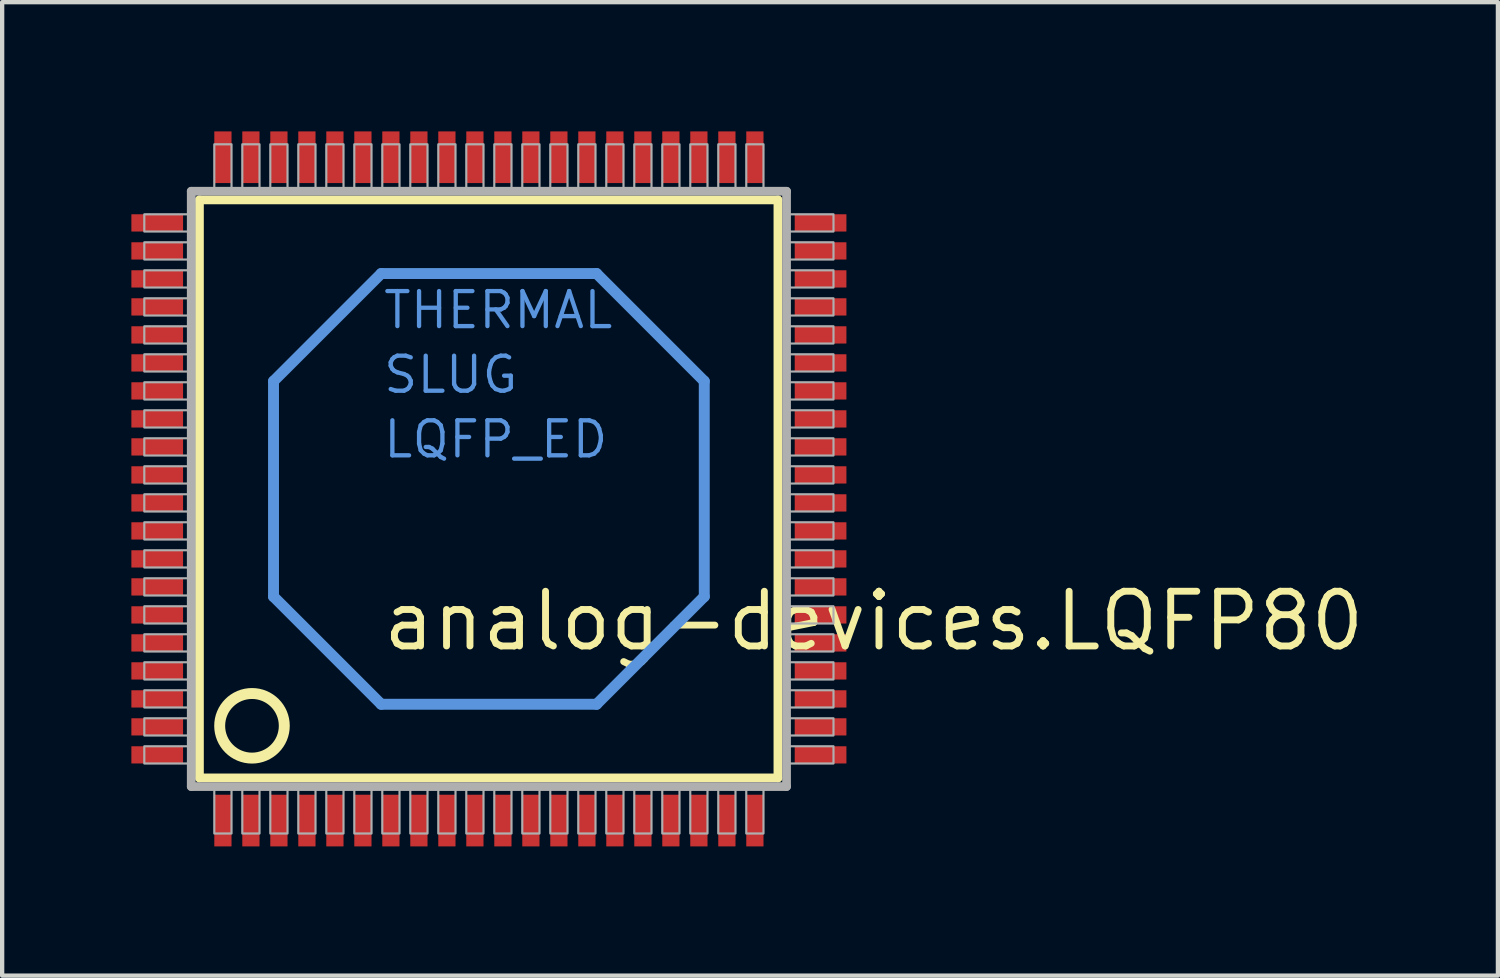
<source format=kicad_pcb>
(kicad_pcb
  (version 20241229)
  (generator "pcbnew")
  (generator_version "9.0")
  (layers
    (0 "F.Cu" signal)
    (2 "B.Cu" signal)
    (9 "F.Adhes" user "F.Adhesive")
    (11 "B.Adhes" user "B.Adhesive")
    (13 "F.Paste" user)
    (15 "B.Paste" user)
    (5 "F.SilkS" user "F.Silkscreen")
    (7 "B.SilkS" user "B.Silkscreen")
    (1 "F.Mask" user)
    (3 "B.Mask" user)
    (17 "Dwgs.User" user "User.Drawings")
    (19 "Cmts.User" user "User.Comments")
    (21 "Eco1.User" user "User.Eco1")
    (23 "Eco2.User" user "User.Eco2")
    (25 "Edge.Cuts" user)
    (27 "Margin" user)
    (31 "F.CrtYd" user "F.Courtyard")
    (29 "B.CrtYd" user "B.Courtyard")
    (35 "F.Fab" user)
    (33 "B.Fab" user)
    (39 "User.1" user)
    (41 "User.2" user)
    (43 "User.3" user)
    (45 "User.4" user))
  (footprint "analog-devices.LQFP80"
    (layer "F.Cu")
    (at 8.3 8.3)
    (property "Reference" "analog-devices.LQFP80" (at -2.54 3.81 0) (layer "F.SilkS") (effects (font (size 1.27 1.27) (thickness 0.16)) (justify left bottom)))
    (attr smd)
    (fp_line (start -6.72 -6.71) (end 6.71 -6.71) (stroke (width 0.203) (type default)) (layer "F.SilkS"))
    (fp_line (start -6.72 6.71) (end -6.72 -6.71) (stroke (width 0.203) (type default)) (layer "F.SilkS"))
    (fp_line (start 6.71 -6.71) (end 6.71 6.71) (stroke (width 0.203) (type default)) (layer "F.SilkS"))
    (fp_line (start 6.71 6.71) (end -6.72 6.71) (stroke (width 0.203) (type default)) (layer "F.SilkS"))
    (fp_circle (center -5.5 5.5) (end -4.75 5.5) (stroke (width 0.254) (type default)) (fill no) (layer "F.SilkS"))
    (fp_line (start -5 -2.5) (end -2.5 -5) (stroke (width 0.254) (type default)) (layer "Cmts.User"))
    (fp_line (start -5 2.5) (end -5 -2.5) (stroke (width 0.254) (type default)) (layer "Cmts.User"))
    (fp_line (start -2.5 -5) (end 2.5 -5) (stroke (width 0.254) (type default)) (layer "Cmts.User"))
    (fp_line (start -2.5 5) (end -5 2.5) (stroke (width 0.254) (type default)) (layer "Cmts.User"))
    (fp_line (start 2.5 -5) (end 5 -2.5) (stroke (width 0.254) (type default)) (layer "Cmts.User"))
    (fp_line (start 2.5 5) (end -2.5 5) (stroke (width 0.254) (type default)) (layer "Cmts.User"))
    (fp_line (start 5 -2.5) (end 5 2.5) (stroke (width 0.254) (type default)) (layer "Cmts.User"))
    (fp_line (start 5 2.5) (end 2.5 5) (stroke (width 0.254) (type default)) (layer "Cmts.User"))
    (fp_line (start -6.91 -6.91) (end -6.91 6.91) (stroke (width 0.203) (type default)) (layer "F.Fab"))
    (fp_line (start -6.91 6.91) (end 6.91 6.91) (stroke (width 0.203) (type default)) (layer "F.Fab"))
    (fp_line (start 6.91 -6.91) (end -6.91 -6.91) (stroke (width 0.203) (type default)) (layer "F.Fab"))
    (fp_line (start 6.91 6.91) (end 6.91 -6.91) (stroke (width 0.203) (type default)) (layer "F.Fab"))
    (fp_rect (start -8 -5.975) (end -6.95 -6.375) (stroke (width 0.05) (type default)) (fill no) (layer "F.Fab"))
    (fp_rect (start -8 -5.325) (end -6.95 -5.725) (stroke (width 0.05) (type default)) (fill no) (layer "F.Fab"))
    (fp_rect (start -8 -4.675) (end -6.95 -5.075) (stroke (width 0.05) (type default)) (fill no) (layer "F.Fab"))
    (fp_rect (start -8 -4.025) (end -6.95 -4.425) (stroke (width 0.05) (type default)) (fill no) (layer "F.Fab"))
    (fp_rect (start -8 -3.375) (end -6.95 -3.775) (stroke (width 0.05) (type default)) (fill no) (layer "F.Fab"))
    (fp_rect (start -8 -2.725) (end -6.95 -3.125) (stroke (width 0.05) (type default)) (fill no) (layer "F.Fab"))
    (fp_rect (start -8 -2.075) (end -6.95 -2.475) (stroke (width 0.05) (type default)) (fill no) (layer "F.Fab"))
    (fp_rect (start -8 -1.425) (end -6.95 -1.825) (stroke (width 0.05) (type default)) (fill no) (layer "F.Fab"))
    (fp_rect (start -8 -0.775) (end -6.95 -1.175) (stroke (width 0.05) (type default)) (fill no) (layer "F.Fab"))
    (fp_rect (start -8 -0.125) (end -6.95 -0.525) (stroke (width 0.05) (type default)) (fill no) (layer "F.Fab"))
    (fp_rect (start -8 0.525) (end -6.95 0.125) (stroke (width 0.05) (type default)) (fill no) (layer "F.Fab"))
    (fp_rect (start -8 1.175) (end -6.95 0.775) (stroke (width 0.05) (type default)) (fill no) (layer "F.Fab"))
    (fp_rect (start -8 1.825) (end -6.95 1.425) (stroke (width 0.05) (type default)) (fill no) (layer "F.Fab"))
    (fp_rect (start -8 2.475) (end -6.95 2.075) (stroke (width 0.05) (type default)) (fill no) (layer "F.Fab"))
    (fp_rect (start -8 3.125) (end -6.95 2.725) (stroke (width 0.05) (type default)) (fill no) (layer "F.Fab"))
    (fp_rect (start -8 3.775) (end -6.95 3.375) (stroke (width 0.05) (type default)) (fill no) (layer "F.Fab"))
    (fp_rect (start -8 4.425) (end -6.95 4.025) (stroke (width 0.05) (type default)) (fill no) (layer "F.Fab"))
    (fp_rect (start -8 5.075) (end -6.95 4.675) (stroke (width 0.05) (type default)) (fill no) (layer "F.Fab"))
    (fp_rect (start -8 5.725) (end -6.95 5.325) (stroke (width 0.05) (type default)) (fill no) (layer "F.Fab"))
    (fp_rect (start -8 6.375) (end -6.95 5.975) (stroke (width 0.05) (type default)) (fill no) (layer "F.Fab"))
    (fp_rect (start -6.375 -6.95) (end -5.975 -8) (stroke (width 0.05) (type default)) (fill no) (layer "F.Fab"))
    (fp_rect (start -6.375 8) (end -5.975 6.95) (stroke (width 0.05) (type default)) (fill no) (layer "F.Fab"))
    (fp_rect (start -5.725 -6.95) (end -5.325 -8) (stroke (width 0.05) (type default)) (fill no) (layer "F.Fab"))
    (fp_rect (start -5.725 8) (end -5.325 6.95) (stroke (width 0.05) (type default)) (fill no) (layer "F.Fab"))
    (fp_rect (start -5.075 -6.95) (end -4.675 -8) (stroke (width 0.05) (type default)) (fill no) (layer "F.Fab"))
    (fp_rect (start -5.075 8) (end -4.675 6.95) (stroke (width 0.05) (type default)) (fill no) (layer "F.Fab"))
    (fp_rect (start -4.425 -6.95) (end -4.025 -8) (stroke (width 0.05) (type default)) (fill no) (layer "F.Fab"))
    (fp_rect (start -4.425 8) (end -4.025 6.95) (stroke (width 0.05) (type default)) (fill no) (layer "F.Fab"))
    (fp_rect (start -3.775 -6.95) (end -3.375 -8) (stroke (width 0.05) (type default)) (fill no) (layer "F.Fab"))
    (fp_rect (start -3.775 8) (end -3.375 6.95) (stroke (width 0.05) (type default)) (fill no) (layer "F.Fab"))
    (fp_rect (start -3.125 -6.95) (end -2.725 -8) (stroke (width 0.05) (type default)) (fill no) (layer "F.Fab"))
    (fp_rect (start -3.125 8) (end -2.725 6.95) (stroke (width 0.05) (type default)) (fill no) (layer "F.Fab"))
    (fp_rect (start -2.475 -6.95) (end -2.075 -8) (stroke (width 0.05) (type default)) (fill no) (layer "F.Fab"))
    (fp_rect (start -2.475 8) (end -2.075 6.95) (stroke (width 0.05) (type default)) (fill no) (layer "F.Fab"))
    (fp_rect (start -1.825 -6.95) (end -1.425 -8) (stroke (width 0.05) (type default)) (fill no) (layer "F.Fab"))
    (fp_rect (start -1.825 8) (end -1.425 6.95) (stroke (width 0.05) (type default)) (fill no) (layer "F.Fab"))
    (fp_rect (start -1.175 -6.95) (end -0.775 -8) (stroke (width 0.05) (type default)) (fill no) (layer "F.Fab"))
    (fp_rect (start -1.175 8) (end -0.775 6.95) (stroke (width 0.05) (type default)) (fill no) (layer "F.Fab"))
    (fp_rect (start -0.525 -6.95) (end -0.125 -8) (stroke (width 0.05) (type default)) (fill no) (layer "F.Fab"))
    (fp_rect (start -0.525 8) (end -0.125 6.95) (stroke (width 0.05) (type default)) (fill no) (layer "F.Fab"))
    (fp_rect (start 0.125 -6.95) (end 0.525 -8) (stroke (width 0.05) (type default)) (fill no) (layer "F.Fab"))
    (fp_rect (start 0.125 8) (end 0.525 6.95) (stroke (width 0.05) (type default)) (fill no) (layer "F.Fab"))
    (fp_rect (start 0.775 -6.95) (end 1.175 -8) (stroke (width 0.05) (type default)) (fill no) (layer "F.Fab"))
    (fp_rect (start 0.775 8) (end 1.175 6.95) (stroke (width 0.05) (type default)) (fill no) (layer "F.Fab"))
    (fp_rect (start 1.425 -6.95) (end 1.825 -8) (stroke (width 0.05) (type default)) (fill no) (layer "F.Fab"))
    (fp_rect (start 1.425 8) (end 1.825 6.95) (stroke (width 0.05) (type default)) (fill no) (layer "F.Fab"))
    (fp_rect (start 2.075 -6.95) (end 2.475 -8) (stroke (width 0.05) (type default)) (fill no) (layer "F.Fab"))
    (fp_rect (start 2.075 8) (end 2.475 6.95) (stroke (width 0.05) (type default)) (fill no) (layer "F.Fab"))
    (fp_rect (start 2.725 -6.95) (end 3.125 -8) (stroke (width 0.05) (type default)) (fill no) (layer "F.Fab"))
    (fp_rect (start 2.725 8) (end 3.125 6.95) (stroke (width 0.05) (type default)) (fill no) (layer "F.Fab"))
    (fp_rect (start 3.375 -6.95) (end 3.775 -8) (stroke (width 0.05) (type default)) (fill no) (layer "F.Fab"))
    (fp_rect (start 3.375 8) (end 3.775 6.95) (stroke (width 0.05) (type default)) (fill no) (layer "F.Fab"))
    (fp_rect (start 4.025 -6.95) (end 4.425 -8) (stroke (width 0.05) (type default)) (fill no) (layer "F.Fab"))
    (fp_rect (start 4.025 8) (end 4.425 6.95) (stroke (width 0.05) (type default)) (fill no) (layer "F.Fab"))
    (fp_rect (start 4.675 -6.95) (end 5.075 -8) (stroke (width 0.05) (type default)) (fill no) (layer "F.Fab"))
    (fp_rect (start 4.675 8) (end 5.075 6.95) (stroke (width 0.05) (type default)) (fill no) (layer "F.Fab"))
    (fp_rect (start 5.325 -6.95) (end 5.725 -8) (stroke (width 0.05) (type default)) (fill no) (layer "F.Fab"))
    (fp_rect (start 5.325 8) (end 5.725 6.95) (stroke (width 0.05) (type default)) (fill no) (layer "F.Fab"))
    (fp_rect (start 5.975 -6.95) (end 6.375 -8) (stroke (width 0.05) (type default)) (fill no) (layer "F.Fab"))
    (fp_rect (start 5.975 8) (end 6.375 6.95) (stroke (width 0.05) (type default)) (fill no) (layer "F.Fab"))
    (fp_rect (start 6.95 -5.975) (end 8 -6.375) (stroke (width 0.05) (type default)) (fill no) (layer "F.Fab"))
    (fp_rect (start 6.95 -5.325) (end 8 -5.725) (stroke (width 0.05) (type default)) (fill no) (layer "F.Fab"))
    (fp_rect (start 6.95 -4.675) (end 8 -5.075) (stroke (width 0.05) (type default)) (fill no) (layer "F.Fab"))
    (fp_rect (start 6.95 -4.025) (end 8 -4.425) (stroke (width 0.05) (type default)) (fill no) (layer "F.Fab"))
    (fp_rect (start 6.95 -3.375) (end 8 -3.775) (stroke (width 0.05) (type default)) (fill no) (layer "F.Fab"))
    (fp_rect (start 6.95 -2.725) (end 8 -3.125) (stroke (width 0.05) (type default)) (fill no) (layer "F.Fab"))
    (fp_rect (start 6.95 -2.075) (end 8 -2.475) (stroke (width 0.05) (type default)) (fill no) (layer "F.Fab"))
    (fp_rect (start 6.95 -1.425) (end 8 -1.825) (stroke (width 0.05) (type default)) (fill no) (layer "F.Fab"))
    (fp_rect (start 6.95 -0.775) (end 8 -1.175) (stroke (width 0.05) (type default)) (fill no) (layer "F.Fab"))
    (fp_rect (start 6.95 -0.125) (end 8 -0.525) (stroke (width 0.05) (type default)) (fill no) (layer "F.Fab"))
    (fp_rect (start 6.95 0.525) (end 8 0.125) (stroke (width 0.05) (type default)) (fill no) (layer "F.Fab"))
    (fp_rect (start 6.95 1.175) (end 8 0.775) (stroke (width 0.05) (type default)) (fill no) (layer "F.Fab"))
    (fp_rect (start 6.95 1.825) (end 8 1.425) (stroke (width 0.05) (type default)) (fill no) (layer "F.Fab"))
    (fp_rect (start 6.95 2.475) (end 8 2.075) (stroke (width 0.05) (type default)) (fill no) (layer "F.Fab"))
    (fp_rect (start 6.95 3.125) (end 8 2.725) (stroke (width 0.05) (type default)) (fill no) (layer "F.Fab"))
    (fp_rect (start 6.95 3.775) (end 8 3.375) (stroke (width 0.05) (type default)) (fill no) (layer "F.Fab"))
    (fp_rect (start 6.95 4.425) (end 8 4.025) (stroke (width 0.05) (type default)) (fill no) (layer "F.Fab"))
    (fp_rect (start 6.95 5.075) (end 8 4.675) (stroke (width 0.05) (type default)) (fill no) (layer "F.Fab"))
    (fp_rect (start 6.95 5.725) (end 8 5.325) (stroke (width 0.05) (type default)) (fill no) (layer "F.Fab"))
    (fp_rect (start 6.95 6.375) (end 8 5.975) (stroke (width 0.05) (type default)) (fill no) (layer "F.Fab"))
    (fp_text user "SLUG" (at -2.5 -2.175 0) (layer "Cmts.User") (effects (font (size 0.813 0.813) (thickness 0.1)) (justify left bottom)))
    (fp_text user "LQFP_ED" (at -2.5 -0.675 0) (layer "Cmts.User") (effects (font (size 0.813 0.813) (thickness 0.1)) (justify left bottom)))
    (fp_text user "THERMAL" (at -2.5 -3.675 0) (layer "Cmts.User") (effects (font (size 0.813 0.813) (thickness 0.1)) (justify left bottom)))
    (pad "1" smd roundrect (at -6.175 7.7) (size 0.4 1.2) (layers "F.Cu" "F.Mask" "F.Paste") (roundrect_rratio 0.01))
    (pad "2" smd roundrect (at -5.525 7.7) (size 0.4 1.2) (layers "F.Cu" "F.Mask" "F.Paste") (roundrect_rratio 0.01))
    (pad "3" smd roundrect (at -4.875 7.7) (size 0.4 1.2) (layers "F.Cu" "F.Mask" "F.Paste") (roundrect_rratio 0.01))
    (pad "4" smd roundrect (at -4.225 7.7) (size 0.4 1.2) (layers "F.Cu" "F.Mask" "F.Paste") (roundrect_rratio 0.01))
    (pad "5" smd roundrect (at -3.575 7.7) (size 0.4 1.2) (layers "F.Cu" "F.Mask" "F.Paste") (roundrect_rratio 0.01))
    (pad "6" smd roundrect (at -2.925 7.7) (size 0.4 1.2) (layers "F.Cu" "F.Mask" "F.Paste") (roundrect_rratio 0.01))
    (pad "7" smd roundrect (at -2.275 7.7) (size 0.4 1.2) (layers "F.Cu" "F.Mask" "F.Paste") (roundrect_rratio 0.01))
    (pad "8" smd roundrect (at -1.625 7.7) (size 0.4 1.2) (layers "F.Cu" "F.Mask" "F.Paste") (roundrect_rratio 0.01))
    (pad "9" smd roundrect (at -0.975 7.7) (size 0.4 1.2) (layers "F.Cu" "F.Mask" "F.Paste") (roundrect_rratio 0.01))
    (pad "10" smd roundrect (at -0.325 7.7) (size 0.4 1.2) (layers "F.Cu" "F.Mask" "F.Paste") (roundrect_rratio 0.01))
    (pad "11" smd roundrect (at 0.325 7.7) (size 0.4 1.2) (layers "F.Cu" "F.Mask" "F.Paste") (roundrect_rratio 0.01))
    (pad "12" smd roundrect (at 0.975 7.7) (size 0.4 1.2) (layers "F.Cu" "F.Mask" "F.Paste") (roundrect_rratio 0.01))
    (pad "13" smd roundrect (at 1.625 7.7) (size 0.4 1.2) (layers "F.Cu" "F.Mask" "F.Paste") (roundrect_rratio 0.01))
    (pad "14" smd roundrect (at 2.275 7.7) (size 0.4 1.2) (layers "F.Cu" "F.Mask" "F.Paste") (roundrect_rratio 0.01))
    (pad "15" smd roundrect (at 2.925 7.7) (size 0.4 1.2) (layers "F.Cu" "F.Mask" "F.Paste") (roundrect_rratio 0.01))
    (pad "16" smd roundrect (at 3.575 7.7) (size 0.4 1.2) (layers "F.Cu" "F.Mask" "F.Paste") (roundrect_rratio 0.01))
    (pad "17" smd roundrect (at 4.225 7.7) (size 0.4 1.2) (layers "F.Cu" "F.Mask" "F.Paste") (roundrect_rratio 0.01))
    (pad "18" smd roundrect (at 4.875 7.7) (size 0.4 1.2) (layers "F.Cu" "F.Mask" "F.Paste") (roundrect_rratio 0.01))
    (pad "19" smd roundrect (at 5.525 7.7) (size 0.4 1.2) (layers "F.Cu" "F.Mask" "F.Paste") (roundrect_rratio 0.01))
    (pad "20" smd roundrect (at 6.175 7.7) (size 0.4 1.2) (layers "F.Cu" "F.Mask" "F.Paste") (roundrect_rratio 0.01))
    (pad "21" smd roundrect (at 7.7 6.175) (size 1.2 0.4) (layers "F.Cu" "F.Mask" "F.Paste") (roundrect_rratio 0.01))
    (pad "22" smd roundrect (at 7.7 5.525) (size 1.2 0.4) (layers "F.Cu" "F.Mask" "F.Paste") (roundrect_rratio 0.01))
    (pad "23" smd roundrect (at 7.7 4.875) (size 1.2 0.4) (layers "F.Cu" "F.Mask" "F.Paste") (roundrect_rratio 0.01))
    (pad "24" smd roundrect (at 7.7 4.225) (size 1.2 0.4) (layers "F.Cu" "F.Mask" "F.Paste") (roundrect_rratio 0.01))
    (pad "25" smd roundrect (at 7.7 3.575) (size 1.2 0.4) (layers "F.Cu" "F.Mask" "F.Paste") (roundrect_rratio 0.01))
    (pad "26" smd roundrect (at 7.7 2.925) (size 1.2 0.4) (layers "F.Cu" "F.Mask" "F.Paste") (roundrect_rratio 0.01))
    (pad "27" smd roundrect (at 7.7 2.275) (size 1.2 0.4) (layers "F.Cu" "F.Mask" "F.Paste") (roundrect_rratio 0.01))
    (pad "28" smd roundrect (at 7.7 1.625) (size 1.2 0.4) (layers "F.Cu" "F.Mask" "F.Paste") (roundrect_rratio 0.01))
    (pad "29" smd roundrect (at 7.7 0.975) (size 1.2 0.4) (layers "F.Cu" "F.Mask" "F.Paste") (roundrect_rratio 0.01))
    (pad "30" smd roundrect (at 7.7 0.325) (size 1.2 0.4) (layers "F.Cu" "F.Mask" "F.Paste") (roundrect_rratio 0.01))
    (pad "31" smd roundrect (at 7.7 -0.325) (size 1.2 0.4) (layers "F.Cu" "F.Mask" "F.Paste") (roundrect_rratio 0.01))
    (pad "32" smd roundrect (at 7.7 -0.975) (size 1.2 0.4) (layers "F.Cu" "F.Mask" "F.Paste") (roundrect_rratio 0.01))
    (pad "33" smd roundrect (at 7.7 -1.625) (size 1.2 0.4) (layers "F.Cu" "F.Mask" "F.Paste") (roundrect_rratio 0.01))
    (pad "34" smd roundrect (at 7.7 -2.275) (size 1.2 0.4) (layers "F.Cu" "F.Mask" "F.Paste") (roundrect_rratio 0.01))
    (pad "35" smd roundrect (at 7.7 -2.925) (size 1.2 0.4) (layers "F.Cu" "F.Mask" "F.Paste") (roundrect_rratio 0.01))
    (pad "36" smd roundrect (at 7.7 -3.575) (size 1.2 0.4) (layers "F.Cu" "F.Mask" "F.Paste") (roundrect_rratio 0.01))
    (pad "37" smd roundrect (at 7.7 -4.225) (size 1.2 0.4) (layers "F.Cu" "F.Mask" "F.Paste") (roundrect_rratio 0.01))
    (pad "38" smd roundrect (at 7.7 -4.875) (size 1.2 0.4) (layers "F.Cu" "F.Mask" "F.Paste") (roundrect_rratio 0.01))
    (pad "39" smd roundrect (at 7.7 -5.525) (size 1.2 0.4) (layers "F.Cu" "F.Mask" "F.Paste") (roundrect_rratio 0.01))
    (pad "40" smd roundrect (at 7.7 -6.175) (size 1.2 0.4) (layers "F.Cu" "F.Mask" "F.Paste") (roundrect_rratio 0.01))
    (pad "41" smd roundrect (at 6.175 -7.7) (size 0.4 1.2) (layers "F.Cu" "F.Mask" "F.Paste") (roundrect_rratio 0.01))
    (pad "42" smd roundrect (at 5.525 -7.7) (size 0.4 1.2) (layers "F.Cu" "F.Mask" "F.Paste") (roundrect_rratio 0.01))
    (pad "43" smd roundrect (at 4.875 -7.7) (size 0.4 1.2) (layers "F.Cu" "F.Mask" "F.Paste") (roundrect_rratio 0.01))
    (pad "44" smd roundrect (at 4.225 -7.7) (size 0.4 1.2) (layers "F.Cu" "F.Mask" "F.Paste") (roundrect_rratio 0.01))
    (pad "45" smd roundrect (at 3.575 -7.7) (size 0.4 1.2) (layers "F.Cu" "F.Mask" "F.Paste") (roundrect_rratio 0.01))
    (pad "46" smd roundrect (at 2.925 -7.7) (size 0.4 1.2) (layers "F.Cu" "F.Mask" "F.Paste") (roundrect_rratio 0.01))
    (pad "47" smd roundrect (at 2.275 -7.7) (size 0.4 1.2) (layers "F.Cu" "F.Mask" "F.Paste") (roundrect_rratio 0.01))
    (pad "48" smd roundrect (at 1.625 -7.7) (size 0.4 1.2) (layers "F.Cu" "F.Mask" "F.Paste") (roundrect_rratio 0.01))
    (pad "49" smd roundrect (at 0.975 -7.7) (size 0.4 1.2) (layers "F.Cu" "F.Mask" "F.Paste") (roundrect_rratio 0.01))
    (pad "50" smd roundrect (at 0.325 -7.7) (size 0.4 1.2) (layers "F.Cu" "F.Mask" "F.Paste") (roundrect_rratio 0.01))
    (pad "51" smd roundrect (at -0.325 -7.7) (size 0.4 1.2) (layers "F.Cu" "F.Mask" "F.Paste") (roundrect_rratio 0.01))
    (pad "52" smd roundrect (at -0.975 -7.7) (size 0.4 1.2) (layers "F.Cu" "F.Mask" "F.Paste") (roundrect_rratio 0.01))
    (pad "53" smd roundrect (at -1.625 -7.7) (size 0.4 1.2) (layers "F.Cu" "F.Mask" "F.Paste") (roundrect_rratio 0.01))
    (pad "54" smd roundrect (at -2.275 -7.7) (size 0.4 1.2) (layers "F.Cu" "F.Mask" "F.Paste") (roundrect_rratio 0.01))
    (pad "55" smd roundrect (at -2.925 -7.7) (size 0.4 1.2) (layers "F.Cu" "F.Mask" "F.Paste") (roundrect_rratio 0.01))
    (pad "56" smd roundrect (at -3.575 -7.7) (size 0.4 1.2) (layers "F.Cu" "F.Mask" "F.Paste") (roundrect_rratio 0.01))
    (pad "57" smd roundrect (at -4.225 -7.7) (size 0.4 1.2) (layers "F.Cu" "F.Mask" "F.Paste") (roundrect_rratio 0.01))
    (pad "58" smd roundrect (at -4.875 -7.7) (size 0.4 1.2) (layers "F.Cu" "F.Mask" "F.Paste") (roundrect_rratio 0.01))
    (pad "59" smd roundrect (at -5.525 -7.7) (size 0.4 1.2) (layers "F.Cu" "F.Mask" "F.Paste") (roundrect_rratio 0.01))
    (pad "60" smd roundrect (at -6.175 -7.7) (size 0.4 1.2) (layers "F.Cu" "F.Mask" "F.Paste") (roundrect_rratio 0.01))
    (pad "61" smd roundrect (at -7.7 -6.175) (size 1.2 0.4) (layers "F.Cu" "F.Mask" "F.Paste") (roundrect_rratio 0.01))
    (pad "62" smd roundrect (at -7.7 -5.525) (size 1.2 0.4) (layers "F.Cu" "F.Mask" "F.Paste") (roundrect_rratio 0.01))
    (pad "63" smd roundrect (at -7.7 -4.875) (size 1.2 0.4) (layers "F.Cu" "F.Mask" "F.Paste") (roundrect_rratio 0.01))
    (pad "64" smd roundrect (at -7.7 -4.225) (size 1.2 0.4) (layers "F.Cu" "F.Mask" "F.Paste") (roundrect_rratio 0.01))
    (pad "65" smd roundrect (at -7.7 -3.575) (size 1.2 0.4) (layers "F.Cu" "F.Mask" "F.Paste") (roundrect_rratio 0.01))
    (pad "66" smd roundrect (at -7.7 -2.925) (size 1.2 0.4) (layers "F.Cu" "F.Mask" "F.Paste") (roundrect_rratio 0.01))
    (pad "67" smd roundrect (at -7.7 -2.275) (size 1.2 0.4) (layers "F.Cu" "F.Mask" "F.Paste") (roundrect_rratio 0.01))
    (pad "68" smd roundrect (at -7.7 -1.625) (size 1.2 0.4) (layers "F.Cu" "F.Mask" "F.Paste") (roundrect_rratio 0.01))
    (pad "69" smd roundrect (at -7.7 -0.975) (size 1.2 0.4) (layers "F.Cu" "F.Mask" "F.Paste") (roundrect_rratio 0.01))
    (pad "70" smd roundrect (at -7.7 -0.325) (size 1.2 0.4) (layers "F.Cu" "F.Mask" "F.Paste") (roundrect_rratio 0.01))
    (pad "71" smd roundrect (at -7.7 0.325) (size 1.2 0.4) (layers "F.Cu" "F.Mask" "F.Paste") (roundrect_rratio 0.01))
    (pad "72" smd roundrect (at -7.7 0.975) (size 1.2 0.4) (layers "F.Cu" "F.Mask" "F.Paste") (roundrect_rratio 0.01))
    (pad "73" smd roundrect (at -7.7 1.625) (size 1.2 0.4) (layers "F.Cu" "F.Mask" "F.Paste") (roundrect_rratio 0.01))
    (pad "74" smd roundrect (at -7.7 2.275) (size 1.2 0.4) (layers "F.Cu" "F.Mask" "F.Paste") (roundrect_rratio 0.01))
    (pad "75" smd roundrect (at -7.7 2.925) (size 1.2 0.4) (layers "F.Cu" "F.Mask" "F.Paste") (roundrect_rratio 0.01))
    (pad "76" smd roundrect (at -7.7 3.575) (size 1.2 0.4) (layers "F.Cu" "F.Mask" "F.Paste") (roundrect_rratio 0.01))
    (pad "77" smd roundrect (at -7.7 4.225) (size 1.2 0.4) (layers "F.Cu" "F.Mask" "F.Paste") (roundrect_rratio 0.01))
    (pad "78" smd roundrect (at -7.7 4.875) (size 1.2 0.4) (layers "F.Cu" "F.Mask" "F.Paste") (roundrect_rratio 0.01))
    (pad "79" smd roundrect (at -7.7 5.525) (size 1.2 0.4) (layers "F.Cu" "F.Mask" "F.Paste") (roundrect_rratio 0.01))
    (pad "80" smd roundrect (at -7.7 6.175) (size 1.2 0.4) (layers "F.Cu" "F.Mask" "F.Paste") (roundrect_rratio 0.01)))
  (gr_rect
    (start -3 -3)
    (end 31.725 19.6)
    (stroke (width 0.1) (type default))
    (fill no)
    (layer "Edge.Cuts")))
</source>
